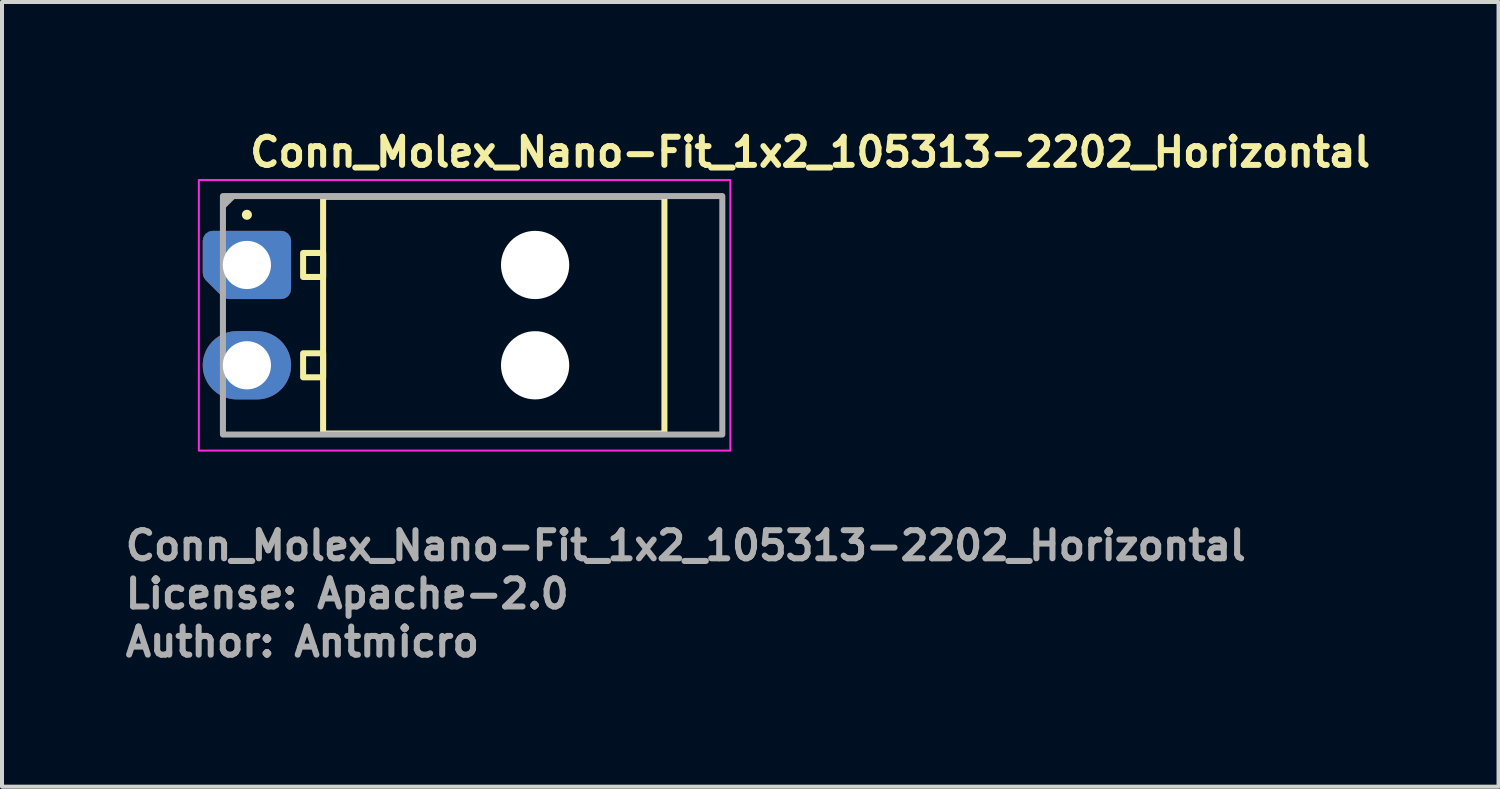
<source format=kicad_pcb>
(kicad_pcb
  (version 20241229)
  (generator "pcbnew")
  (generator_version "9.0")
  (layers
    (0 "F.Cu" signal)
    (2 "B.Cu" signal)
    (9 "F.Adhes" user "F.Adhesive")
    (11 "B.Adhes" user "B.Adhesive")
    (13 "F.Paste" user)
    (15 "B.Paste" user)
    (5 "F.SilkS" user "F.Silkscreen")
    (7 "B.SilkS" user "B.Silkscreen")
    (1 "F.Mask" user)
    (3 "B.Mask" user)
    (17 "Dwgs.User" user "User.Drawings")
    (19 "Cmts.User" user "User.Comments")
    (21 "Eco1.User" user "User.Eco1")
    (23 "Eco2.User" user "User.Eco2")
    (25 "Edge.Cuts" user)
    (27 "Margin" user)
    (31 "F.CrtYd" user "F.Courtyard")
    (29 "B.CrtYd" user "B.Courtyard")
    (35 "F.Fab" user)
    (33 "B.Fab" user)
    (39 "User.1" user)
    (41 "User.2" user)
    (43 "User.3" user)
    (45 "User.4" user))
  (footprint "Conn_Molex_Nano-Fit_1x2_105313-2202_Horizontal"
    (layer "F.Cu")
    (at 3.1 3.55)
    (property "Reference" "Conn_Molex_Nano-Fit_1x2_105313-2202_Horizontal" (at 0 -2.4 0) (layer "F.SilkS") (effects (font (size 0.7 0.7) (thickness 0.15)) (justify left bottom)))
    (attr through_hole)
    (fp_rect (start 1.4 -0.299) (end 1.899 0.299) (stroke (width 0.15) (type solid)) (fill no) (layer "F.SilkS"))
    (fp_rect (start 1.4 2.2) (end 1.899 2.798) (stroke (width 0.15) (type solid)) (fill no) (layer "F.SilkS"))
    (fp_rect (start 10.4 -1.7) (end 1.898 4.2) (stroke (width 0.15) (type solid)) (fill no) (layer "F.SilkS"))
    (fp_circle (center 0 -1.25) (end 0.05 -1.25) (stroke (width 0.15) (type solid)) (fill yes) (layer "F.SilkS"))
    (fp_rect (start -1.197 -2.116) (end 12.042 4.624) (stroke (width 0.05) (type solid)) (fill no) (layer "F.CrtYd"))
    (fp_line (start -0.35 -1.71) (end -0.595 -1.465) (stroke (width 0.15) (type solid)) (layer "F.Fab"))
    (fp_rect (start -0.597 -1.716) (end 11.842 4.224) (stroke (width 0.15) (type solid)) (fill no) (layer "F.Fab"))
    (fp_rect (start -0.597 -1.716) (end 11.842 4.224) (stroke (width 0.1) (type solid)) (fill no) (layer "User.5"))
    (fp_line (start -0.597 0.005) (end -0.597 0.005) (stroke (width 0.02) (type solid)) (layer "User.9"))
    (fp_line (start -0.597 0.005) (end -0.596 -0.027) (stroke (width 0.02) (type solid)) (layer "User.9"))
    (fp_line (start -0.597 2.504) (end -0.596 2.466) (stroke (width 0.02) (type solid)) (layer "User.9"))
    (fp_line (start -0.596 -0.027) (end -0.594 -0.058) (stroke (width 0.02) (type solid)) (layer "User.9"))
    (fp_line (start -0.596 0.035) (end -0.597 0.005) (stroke (width 0.02) (type solid)) (layer "User.9"))
    (fp_line (start -0.596 2.466) (end -0.592 2.426) (stroke (width 0.02) (type solid)) (layer "User.9"))
    (fp_line (start -0.596 2.543) (end -0.597 2.504) (stroke (width 0.02) (type solid)) (layer "User.9"))
    (fp_line (start -0.594 -0.058) (end -0.59 -0.088) (stroke (width 0.02) (type solid)) (layer "User.9"))
    (fp_line (start -0.594 0.066) (end -0.596 0.035) (stroke (width 0.02) (type solid)) (layer "User.9"))
    (fp_line (start -0.592 2.426) (end -0.586 2.389) (stroke (width 0.02) (type solid)) (layer "User.9"))
    (fp_line (start -0.592 2.581) (end -0.596 2.543) (stroke (width 0.02) (type solid)) (layer "User.9"))
    (fp_line (start -0.59 -0.088) (end -0.585 -0.117) (stroke (width 0.02) (type solid)) (layer "User.9"))
    (fp_line (start -0.59 0.096) (end -0.594 0.066) (stroke (width 0.02) (type solid)) (layer "User.9"))
    (fp_line (start -0.586 2.389) (end -0.577 2.35) (stroke (width 0.02) (type solid)) (layer "User.9"))
    (fp_line (start -0.586 2.62) (end -0.592 2.581) (stroke (width 0.02) (type solid)) (layer "User.9"))
    (fp_line (start -0.585 -0.117) (end -0.578 -0.145) (stroke (width 0.02) (type solid)) (layer "User.9"))
    (fp_line (start -0.585 0.124) (end -0.59 0.096) (stroke (width 0.02) (type solid)) (layer "User.9"))
    (fp_line (start -0.578 -0.145) (end -0.571 -0.175) (stroke (width 0.02) (type solid)) (layer "User.9"))
    (fp_line (start -0.578 0.153) (end -0.585 0.124) (stroke (width 0.02) (type solid)) (layer "User.9"))
    (fp_line (start -0.577 2.35) (end -0.567 2.313) (stroke (width 0.02) (type solid)) (layer "User.9"))
    (fp_line (start -0.577 2.659) (end -0.586 2.62) (stroke (width 0.02) (type solid)) (layer "User.9"))
    (fp_line (start -0.571 -0.175) (end -0.562 -0.203) (stroke (width 0.02) (type solid)) (layer "User.9"))
    (fp_line (start -0.571 0.182) (end -0.578 0.153) (stroke (width 0.02) (type solid)) (layer "User.9"))
    (fp_line (start -0.567 2.313) (end -0.553 2.276) (stroke (width 0.02) (type solid)) (layer "User.9"))
    (fp_line (start -0.567 2.696) (end -0.577 2.659) (stroke (width 0.02) (type solid)) (layer "User.9"))
    (fp_line (start -0.562 -0.203) (end -0.551 -0.23) (stroke (width 0.02) (type solid)) (layer "User.9"))
    (fp_line (start -0.562 0.21) (end -0.571 0.182) (stroke (width 0.02) (type solid)) (layer "User.9"))
    (fp_line (start -0.553 2.276) (end -0.537 2.24) (stroke (width 0.02) (type solid)) (layer "User.9"))
    (fp_line (start -0.553 2.733) (end -0.567 2.696) (stroke (width 0.02) (type solid)) (layer "User.9"))
    (fp_line (start -0.551 -0.23) (end -0.539 -0.255) (stroke (width 0.02) (type solid)) (layer "User.9"))
    (fp_line (start -0.551 0.238) (end -0.562 0.21) (stroke (width 0.02) (type solid)) (layer "User.9"))
    (fp_line (start -0.539 -0.255) (end -0.526 -0.282) (stroke (width 0.02) (type solid)) (layer "User.9"))
    (fp_line (start -0.539 0.265) (end -0.551 0.238) (stroke (width 0.02) (type solid)) (layer "User.9"))
    (fp_line (start -0.537 2.24) (end -0.518 2.205) (stroke (width 0.02) (type solid)) (layer "User.9"))
    (fp_line (start -0.537 2.769) (end -0.553 2.733) (stroke (width 0.02) (type solid)) (layer "User.9"))
    (fp_line (start -0.526 -0.282) (end -0.51 -0.306) (stroke (width 0.02) (type solid)) (layer "User.9"))
    (fp_line (start -0.526 0.29) (end -0.539 0.265) (stroke (width 0.02) (type solid)) (layer "User.9"))
    (fp_line (start -0.518 2.205) (end -0.518 2.205) (stroke (width 0.02) (type solid)) (layer "User.9"))
    (fp_line (start -0.518 2.205) (end -0.507 2.186) (stroke (width 0.02) (type solid)) (layer "User.9"))
    (fp_line (start -0.518 2.805) (end -0.537 2.769) (stroke (width 0.02) (type solid)) (layer "User.9"))
    (fp_line (start -0.518 2.805) (end -0.518 2.805) (stroke (width 0.02) (type solid)) (layer "User.9"))
    (fp_line (start -0.51 -0.306) (end -0.495 -0.332) (stroke (width 0.02) (type solid)) (layer "User.9"))
    (fp_line (start -0.51 0.315) (end -0.526 0.29) (stroke (width 0.02) (type solid)) (layer "User.9"))
    (fp_line (start -0.507 2.186) (end -0.496 2.171) (stroke (width 0.02) (type solid)) (layer "User.9"))
    (fp_line (start -0.496 2.171) (end -0.484 2.153) (stroke (width 0.02) (type solid)) (layer "User.9"))
    (fp_line (start -0.496 2.838) (end -0.518 2.805) (stroke (width 0.02) (type solid)) (layer "User.9"))
    (fp_line (start -0.495 -0.332) (end -0.479 -0.354) (stroke (width 0.02) (type solid)) (layer "User.9"))
    (fp_line (start -0.495 0.34) (end -0.51 0.315) (stroke (width 0.02) (type solid)) (layer "User.9"))
    (fp_line (start -0.484 2.153) (end -0.474 2.137) (stroke (width 0.02) (type solid)) (layer "User.9"))
    (fp_line (start -0.479 -0.354) (end -0.461 -0.377) (stroke (width 0.02) (type solid)) (layer "User.9"))
    (fp_line (start -0.479 0.362) (end -0.495 0.34) (stroke (width 0.02) (type solid)) (layer "User.9"))
    (fp_line (start -0.474 2.137) (end -0.461 2.123) (stroke (width 0.02) (type solid)) (layer "User.9"))
    (fp_line (start -0.474 2.87) (end -0.496 2.838) (stroke (width 0.02) (type solid)) (layer "User.9"))
    (fp_line (start -0.461 -0.377) (end -0.441 -0.4) (stroke (width 0.02) (type solid)) (layer "User.9"))
    (fp_line (start -0.461 0.386) (end -0.479 0.362) (stroke (width 0.02) (type solid)) (layer "User.9"))
    (fp_line (start -0.461 2.123) (end -0.448 2.108) (stroke (width 0.02) (type solid)) (layer "User.9"))
    (fp_line (start -0.448 2.108) (end -0.434 2.092) (stroke (width 0.02) (type solid)) (layer "User.9"))
    (fp_line (start -0.448 2.901) (end -0.474 2.87) (stroke (width 0.02) (type solid)) (layer "User.9"))
    (fp_line (start -0.441 -0.4) (end -0.421 -0.42) (stroke (width 0.02) (type solid)) (layer "User.9"))
    (fp_line (start -0.441 0.408) (end -0.461 0.386) (stroke (width 0.02) (type solid)) (layer "User.9"))
    (fp_line (start -0.434 2.092) (end -0.421 2.079) (stroke (width 0.02) (type solid)) (layer "User.9"))
    (fp_line (start -0.421 -0.42) (end -0.402 -0.439) (stroke (width 0.02) (type solid)) (layer "User.9"))
    (fp_line (start -0.421 0.428) (end -0.441 0.408) (stroke (width 0.02) (type solid)) (layer "User.9"))
    (fp_line (start -0.421 2.079) (end -0.408 2.065) (stroke (width 0.02) (type solid)) (layer "User.9"))
    (fp_line (start -0.421 2.93) (end -0.448 2.901) (stroke (width 0.02) (type solid)) (layer "User.9"))
    (fp_line (start -0.408 2.065) (end -0.393 2.052) (stroke (width 0.02) (type solid)) (layer "User.9"))
    (fp_line (start -0.402 -0.439) (end -0.379 -0.459) (stroke (width 0.02) (type solid)) (layer "User.9"))
    (fp_line (start -0.402 0.449) (end -0.421 0.428) (stroke (width 0.02) (type solid)) (layer "User.9"))
    (fp_line (start -0.393 2.052) (end -0.377 2.039) (stroke (width 0.02) (type solid)) (layer "User.9"))
    (fp_line (start -0.393 2.955) (end -0.421 2.93) (stroke (width 0.02) (type solid)) (layer "User.9"))
    (fp_line (start -0.379 -0.459) (end -0.356 -0.477) (stroke (width 0.02) (type solid)) (layer "User.9"))
    (fp_line (start -0.379 0.467) (end -0.402 0.449) (stroke (width 0.02) (type solid)) (layer "User.9"))
    (fp_line (start -0.377 2.039) (end -0.362 2.027) (stroke (width 0.02) (type solid)) (layer "User.9"))
    (fp_line (start -0.362 2.027) (end -0.347 2.015) (stroke (width 0.02) (type solid)) (layer "User.9"))
    (fp_line (start -0.362 2.98) (end -0.393 2.955) (stroke (width 0.02) (type solid)) (layer "User.9"))
    (fp_line (start -0.356 -0.477) (end -0.334 -0.493) (stroke (width 0.02) (type solid)) (layer "User.9"))
    (fp_line (start -0.356 0.484) (end -0.379 0.467) (stroke (width 0.02) (type solid)) (layer "User.9"))
    (fp_line (start -0.347 2.015) (end -0.331 2.004) (stroke (width 0.02) (type solid)) (layer "User.9"))
    (fp_line (start -0.334 -0.493) (end -0.308 -0.508) (stroke (width 0.02) (type solid)) (layer "User.9"))
    (fp_line (start -0.334 0.501) (end -0.356 0.484) (stroke (width 0.02) (type solid)) (layer "User.9"))
    (fp_line (start -0.331 2.004) (end -0.314 1.995) (stroke (width 0.02) (type solid)) (layer "User.9"))
    (fp_line (start -0.331 3.003) (end -0.362 2.98) (stroke (width 0.02) (type solid)) (layer "User.9"))
    (fp_line (start -0.315 -0.313) (end -0.309 -0.313) (stroke (width 0.02) (type solid)) (layer "User.9"))
    (fp_line (start -0.315 0.322) (end -0.315 -0.313) (stroke (width 0.02) (type solid)) (layer "User.9"))
    (fp_line (start -0.315 0.322) (end -0.309 0.322) (stroke (width 0.02) (type solid)) (layer "User.9"))
    (fp_line (start -0.315 2.186) (end -0.309 2.186) (stroke (width 0.02) (type solid)) (layer "User.9"))
    (fp_line (start -0.315 2.822) (end -0.315 2.186) (stroke (width 0.02) (type solid)) (layer "User.9"))
    (fp_line (start -0.315 2.822) (end -0.309 2.822) (stroke (width 0.02) (type solid)) (layer "User.9"))
    (fp_line (start -0.314 1.995) (end -0.297 1.985) (stroke (width 0.02) (type solid)) (layer "User.9"))
    (fp_line (start -0.309 -0.313) (end -0.309 -0.313) (stroke (width 0.02) (type solid)) (layer "User.9"))
    (fp_line (start -0.309 -0.313) (end -0.291 -0.313) (stroke (width 0.02) (type solid)) (layer "User.9"))
    (fp_line (start -0.309 0.322) (end -0.309 0.322) (stroke (width 0.02) (type solid)) (layer "User.9"))
    (fp_line (start -0.309 0.322) (end -0.291 0.322) (stroke (width 0.02) (type solid)) (layer "User.9"))
    (fp_line (start -0.309 2.186) (end -0.309 2.186) (stroke (width 0.02) (type solid)) (layer "User.9"))
    (fp_line (start -0.309 2.186) (end -0.291 2.186) (stroke (width 0.02) (type solid)) (layer "User.9"))
    (fp_line (start -0.309 2.822) (end -0.309 2.822) (stroke (width 0.02) (type solid)) (layer "User.9"))
    (fp_line (start -0.309 2.822) (end -0.291 2.822) (stroke (width 0.02) (type solid)) (layer "User.9"))
    (fp_line (start -0.308 -0.508) (end -0.284 -0.524) (stroke (width 0.02) (type solid)) (layer "User.9"))
    (fp_line (start -0.308 0.518) (end -0.334 0.501) (stroke (width 0.02) (type solid)) (layer "User.9"))
    (fp_line (start -0.297 1.985) (end -0.281 1.975) (stroke (width 0.02) (type solid)) (layer "User.9"))
    (fp_line (start -0.297 3.023) (end -0.331 3.003) (stroke (width 0.02) (type solid)) (layer "User.9"))
    (fp_line (start -0.291 -0.313) (end -0.291 -0.313) (stroke (width 0.02) (type solid)) (layer "User.9"))
    (fp_line (start -0.291 -0.313) (end -0.263 -0.313) (stroke (width 0.02) (type solid)) (layer "User.9"))
    (fp_line (start -0.291 0.322) (end -0.291 0.322) (stroke (width 0.02) (type solid)) (layer "User.9"))
    (fp_line (start -0.291 0.322) (end -0.263 0.322) (stroke (width 0.02) (type solid)) (layer "User.9"))
    (fp_line (start -0.291 2.186) (end -0.291 2.186) (stroke (width 0.02) (type solid)) (layer "User.9"))
    (fp_line (start -0.291 2.186) (end -0.263 2.186) (stroke (width 0.02) (type solid)) (layer "User.9"))
    (fp_line (start -0.291 2.822) (end -0.291 2.822) (stroke (width 0.02) (type solid)) (layer "User.9"))
    (fp_line (start -0.291 2.822) (end -0.263 2.822) (stroke (width 0.02) (type solid)) (layer "User.9"))
    (fp_line (start -0.284 -0.524) (end -0.258 -0.537) (stroke (width 0.02) (type solid)) (layer "User.9"))
    (fp_line (start -0.284 0.532) (end -0.308 0.518) (stroke (width 0.02) (type solid)) (layer "User.9"))
    (fp_line (start -0.281 1.975) (end -0.264 1.967) (stroke (width 0.02) (type solid)) (layer "User.9"))
    (fp_line (start -0.264 1.967) (end -0.246 1.957) (stroke (width 0.02) (type solid)) (layer "User.9"))
    (fp_line (start -0.264 3.043) (end -0.297 3.023) (stroke (width 0.02) (type solid)) (layer "User.9"))
    (fp_line (start -0.263 -0.313) (end -0.263 -0.313) (stroke (width 0.02) (type solid)) (layer "User.9"))
    (fp_line (start -0.263 -0.313) (end -0.222 -0.313) (stroke (width 0.02) (type solid)) (layer "User.9"))
    (fp_line (start -0.263 0.322) (end -0.263 0.322) (stroke (width 0.02) (type solid)) (layer "User.9"))
    (fp_line (start -0.263 0.322) (end -0.222 0.322) (stroke (width 0.02) (type solid)) (layer "User.9"))
    (fp_line (start -0.263 2.186) (end -0.263 2.186) (stroke (width 0.02) (type solid)) (layer "User.9"))
    (fp_line (start -0.263 2.186) (end -0.222 2.186) (stroke (width 0.02) (type solid)) (layer "User.9"))
    (fp_line (start -0.263 2.822) (end -0.263 2.822) (stroke (width 0.02) (type solid)) (layer "User.9"))
    (fp_line (start -0.263 2.822) (end -0.222 2.822) (stroke (width 0.02) (type solid)) (layer "User.9"))
    (fp_line (start -0.258 -0.537) (end -0.232 -0.549) (stroke (width 0.02) (type solid)) (layer "User.9"))
    (fp_line (start -0.258 0.545) (end -0.284 0.532) (stroke (width 0.02) (type solid)) (layer "User.9"))
    (fp_line (start -0.246 1.957) (end -0.229 1.951) (stroke (width 0.02) (type solid)) (layer "User.9"))
    (fp_line (start -0.232 -0.549) (end -0.205 -0.56) (stroke (width 0.02) (type solid)) (layer "User.9"))
    (fp_line (start -0.232 0.557) (end -0.258 0.545) (stroke (width 0.02) (type solid)) (layer "User.9"))
    (fp_line (start -0.229 1.951) (end -0.21 1.943) (stroke (width 0.02) (type solid)) (layer "User.9"))
    (fp_line (start -0.229 3.059) (end -0.264 3.043) (stroke (width 0.02) (type solid)) (layer "User.9"))
    (fp_line (start -0.222 -0.313) (end -0.222 -0.313) (stroke (width 0.02) (type solid)) (layer "User.9"))
    (fp_line (start -0.222 -0.313) (end -0.173 -0.313) (stroke (width 0.02) (type solid)) (layer "User.9"))
    (fp_line (start -0.222 0.322) (end -0.222 0.322) (stroke (width 0.02) (type solid)) (layer "User.9"))
    (fp_line (start -0.222 0.322) (end -0.173 0.322) (stroke (width 0.02) (type solid)) (layer "User.9"))
    (fp_line (start -0.222 2.186) (end -0.222 2.186) (stroke (width 0.02) (type solid)) (layer "User.9"))
    (fp_line (start -0.222 2.186) (end -0.173 2.186) (stroke (width 0.02) (type solid)) (layer "User.9"))
    (fp_line (start -0.222 2.822) (end -0.222 2.822) (stroke (width 0.02) (type solid)) (layer "User.9"))
    (fp_line (start -0.222 2.822) (end -0.173 2.822) (stroke (width 0.02) (type solid)) (layer "User.9"))
    (fp_line (start -0.21 1.943) (end -0.191 1.937) (stroke (width 0.02) (type solid)) (layer "User.9"))
    (fp_line (start -0.205 -0.56) (end -0.176 -0.569) (stroke (width 0.02) (type solid)) (layer "User.9"))
    (fp_line (start -0.205 0.568) (end -0.232 0.557) (stroke (width 0.02) (type solid)) (layer "User.9"))
    (fp_line (start -0.191 1.937) (end -0.174 1.931) (stroke (width 0.02) (type solid)) (layer "User.9"))
    (fp_line (start -0.191 3.072) (end -0.229 3.059) (stroke (width 0.02) (type solid)) (layer "User.9"))
    (fp_line (start -0.176 -0.569) (end -0.147 -0.577) (stroke (width 0.02) (type solid)) (layer "User.9"))
    (fp_line (start -0.176 0.577) (end -0.205 0.568) (stroke (width 0.02) (type solid)) (layer "User.9"))
    (fp_line (start -0.174 1.931) (end -0.154 1.925) (stroke (width 0.02) (type solid)) (layer "User.9"))
    (fp_line (start -0.173 -0.313) (end -0.173 -0.313) (stroke (width 0.02) (type solid)) (layer "User.9"))
    (fp_line (start -0.173 -0.313) (end -0.111 -0.313) (stroke (width 0.02) (type solid)) (layer "User.9"))
    (fp_line (start -0.173 0.322) (end -0.173 0.322) (stroke (width 0.02) (type solid)) (layer "User.9"))
    (fp_line (start -0.173 0.322) (end -0.111 0.322) (stroke (width 0.02) (type solid)) (layer "User.9"))
    (fp_line (start -0.173 2.186) (end -0.173 2.186) (stroke (width 0.02) (type solid)) (layer "User.9"))
    (fp_line (start -0.173 2.186) (end -0.111 2.186) (stroke (width 0.02) (type solid)) (layer "User.9"))
    (fp_line (start -0.173 2.822) (end -0.173 2.822) (stroke (width 0.02) (type solid)) (layer "User.9"))
    (fp_line (start -0.173 2.822) (end -0.111 2.822) (stroke (width 0.02) (type solid)) (layer "User.9"))
    (fp_line (start -0.154 1.925) (end -0.136 1.921) (stroke (width 0.02) (type solid)) (layer "User.9"))
    (fp_line (start -0.154 3.084) (end -0.191 3.072) (stroke (width 0.02) (type solid)) (layer "User.9"))
    (fp_line (start -0.147 -0.577) (end -0.119 -0.583) (stroke (width 0.02) (type solid)) (layer "User.9"))
    (fp_line (start -0.147 0.585) (end -0.176 0.577) (stroke (width 0.02) (type solid)) (layer "User.9"))
    (fp_line (start -0.136 1.921) (end -0.117 1.916) (stroke (width 0.02) (type solid)) (layer "User.9"))
    (fp_line (start -0.119 -0.583) (end -0.089 -0.588) (stroke (width 0.02) (type solid)) (layer "User.9"))
    (fp_line (start -0.119 0.591) (end -0.147 0.585) (stroke (width 0.02) (type solid)) (layer "User.9"))
    (fp_line (start -0.117 1.916) (end -0.096 1.912) (stroke (width 0.02) (type solid)) (layer "User.9"))
    (fp_line (start -0.117 3.092) (end -0.154 3.084) (stroke (width 0.02) (type solid)) (layer "User.9"))
    (fp_line (start -0.111 -0.313) (end -0.111 -0.313) (stroke (width 0.02) (type solid)) (layer "User.9"))
    (fp_line (start -0.111 -0.313) (end -0.042 -0.313) (stroke (width 0.02) (type solid)) (layer "User.9"))
    (fp_line (start -0.111 0.322) (end -0.111 0.322) (stroke (width 0.02) (type solid)) (layer "User.9"))
    (fp_line (start -0.111 0.322) (end -0.042 0.322) (stroke (width 0.02) (type solid)) (layer "User.9"))
    (fp_line (start -0.111 2.186) (end -0.111 2.186) (stroke (width 0.02) (type solid)) (layer "User.9"))
    (fp_line (start -0.111 2.186) (end -0.042 2.186) (stroke (width 0.02) (type solid)) (layer "User.9"))
    (fp_line (start -0.111 2.822) (end -0.111 2.822) (stroke (width 0.02) (type solid)) (layer "User.9"))
    (fp_line (start -0.111 2.822) (end -0.042 2.822) (stroke (width 0.02) (type solid)) (layer "User.9"))
    (fp_line (start -0.096 1.912) (end -0.077 1.91) (stroke (width 0.02) (type solid)) (layer "User.9"))
    (fp_line (start -0.089 -0.588) (end -0.06 -0.592) (stroke (width 0.02) (type solid)) (layer "User.9"))
    (fp_line (start -0.089 0.597) (end -0.119 0.591) (stroke (width 0.02) (type solid)) (layer "User.9"))
    (fp_line (start -0.077 1.91) (end -0.058 1.908) (stroke (width 0.02) (type solid)) (layer "User.9"))
    (fp_line (start -0.077 3.099) (end -0.117 3.092) (stroke (width 0.02) (type solid)) (layer "User.9"))
    (fp_line (start -0.06 -0.592) (end -0.028 -0.595) (stroke (width 0.02) (type solid)) (layer "User.9"))
    (fp_line (start -0.06 0.6) (end -0.089 0.597) (stroke (width 0.02) (type solid)) (layer "User.9"))
    (fp_line (start -0.058 1.908) (end -0.037 1.906) (stroke (width 0.02) (type solid)) (layer "User.9"))
    (fp_line (start -0.042 -0.313) (end -0.042 -0.313) (stroke (width 0.02) (type solid)) (layer "User.9"))
    (fp_line (start -0.042 -0.313) (end 0.619 -0.313) (stroke (width 0.02) (type solid)) (layer "User.9"))
    (fp_line (start -0.042 0.322) (end -0.042 0.322) (stroke (width 0.02) (type solid)) (layer "User.9"))
    (fp_line (start -0.042 0.322) (end 0.619 0.322) (stroke (width 0.02) (type solid)) (layer "User.9"))
    (fp_line (start -0.042 2.186) (end -0.042 2.186) (stroke (width 0.02) (type solid)) (layer "User.9"))
    (fp_line (start -0.042 2.186) (end 0.619 2.186) (stroke (width 0.02) (type solid)) (layer "User.9"))
    (fp_line (start -0.042 2.822) (end -0.042 2.822) (stroke (width 0.02) (type solid)) (layer "User.9"))
    (fp_line (start -0.042 2.822) (end 0.619 2.822) (stroke (width 0.02) (type solid)) (layer "User.9"))
    (fp_line (start -0.037 1.906) (end -0.018 1.904) (stroke (width 0.02) (type solid)) (layer "User.9"))
    (fp_line (start -0.037 3.103) (end -0.077 3.099) (stroke (width 0.02) (type solid)) (layer "User.9"))
    (fp_line (start -0.028 -0.595) (end 0.003 -0.595) (stroke (width 0.02) (type solid)) (layer "User.9"))
    (fp_line (start -0.028 0.603) (end -0.06 0.6) (stroke (width 0.02) (type solid)) (layer "User.9"))
    (fp_line (start -0.018 1.904) (end 0.003 1.904) (stroke (width 0.02) (type solid)) (layer "User.9"))
    (fp_line (start 0.003 -0.595) (end 0.041 -0.594) (stroke (width 0.02) (type solid)) (layer "User.9"))
    (fp_line (start 0.003 0.604) (end -0.028 0.603) (stroke (width 0.02) (type solid)) (layer "User.9"))
    (fp_line (start 0.003 1.904) (end 0.041 1.906) (stroke (width 0.02) (type solid)) (layer "User.9"))
    (fp_line (start 0.003 3.104) (end -0.037 3.103) (stroke (width 0.02) (type solid)) (layer "User.9"))
    (fp_line (start 0.021 0.603) (end 0.003 0.604) (stroke (width 0.02) (type solid)) (layer "User.9"))
    (fp_line (start 0.021 3.104) (end 0.003 3.104) (stroke (width 0.02) (type solid)) (layer "User.9"))
    (fp_line (start 0.041 -0.594) (end 0.08 -0.59) (stroke (width 0.02) (type solid)) (layer "User.9"))
    (fp_line (start 0.041 0.602) (end 0.021 0.603) (stroke (width 0.02) (type solid)) (layer "User.9"))
    (fp_line (start 0.041 1.906) (end 0.08 1.908) (stroke (width 0.02) (type solid)) (layer "User.9"))
    (fp_line (start 0.041 3.103) (end 0.021 3.104) (stroke (width 0.02) (type solid)) (layer "User.9"))
    (fp_line (start 0.059 0.601) (end 0.041 0.602) (stroke (width 0.02) (type solid)) (layer "User.9"))
    (fp_line (start 0.059 3.101) (end 0.041 3.103) (stroke (width 0.02) (type solid)) (layer "User.9"))
    (fp_line (start 0.08 -0.59) (end 0.117 -0.584) (stroke (width 0.02) (type solid)) (layer "User.9"))
    (fp_line (start 0.08 0.599) (end 0.059 0.601) (stroke (width 0.02) (type solid)) (layer "User.9"))
    (fp_line (start 0.08 1.908) (end 0.117 1.916) (stroke (width 0.02) (type solid)) (layer "User.9"))
    (fp_line (start 0.08 3.1) (end 0.059 3.101) (stroke (width 0.02) (type solid)) (layer "User.9"))
    (fp_line (start 0.098 0.596) (end 0.08 0.599) (stroke (width 0.02) (type solid)) (layer "User.9"))
    (fp_line (start 0.098 3.096) (end 0.08 3.1) (stroke (width 0.02) (type solid)) (layer "User.9"))
    (fp_line (start 0.117 -0.584) (end 0.153 -0.577) (stroke (width 0.02) (type solid)) (layer "User.9"))
    (fp_line (start 0.117 0.593) (end 0.098 0.596) (stroke (width 0.02) (type solid)) (layer "User.9"))
    (fp_line (start 0.117 1.916) (end 0.153 1.923) (stroke (width 0.02) (type solid)) (layer "User.9"))
    (fp_line (start 0.117 3.093) (end 0.098 3.096) (stroke (width 0.02) (type solid)) (layer "User.9"))
    (fp_line (start 0.153 -0.577) (end 0.189 -0.566) (stroke (width 0.02) (type solid)) (layer "User.9"))
    (fp_line (start 0.153 0.584) (end 0.117 0.593) (stroke (width 0.02) (type solid)) (layer "User.9"))
    (fp_line (start 0.153 1.923) (end 0.189 1.935) (stroke (width 0.02) (type solid)) (layer "User.9"))
    (fp_line (start 0.153 3.084) (end 0.117 3.093) (stroke (width 0.02) (type solid)) (layer "User.9"))
    (fp_line (start 0.189 -0.566) (end 0.226 -0.553) (stroke (width 0.02) (type solid)) (layer "User.9"))
    (fp_line (start 0.189 0.574) (end 0.153 0.584) (stroke (width 0.02) (type solid)) (layer "User.9"))
    (fp_line (start 0.189 1.935) (end 0.226 1.947) (stroke (width 0.02) (type solid)) (layer "User.9"))
    (fp_line (start 0.189 3.073) (end 0.153 3.084) (stroke (width 0.02) (type solid)) (layer "User.9"))
    (fp_line (start 0.226 -0.553) (end 0.26 -0.538) (stroke (width 0.02) (type solid)) (layer "User.9"))
    (fp_line (start 0.226 0.562) (end 0.189 0.574) (stroke (width 0.02) (type solid)) (layer "User.9"))
    (fp_line (start 0.226 1.947) (end 0.26 1.963) (stroke (width 0.02) (type solid)) (layer "User.9"))
    (fp_line (start 0.226 3.062) (end 0.189 3.073) (stroke (width 0.02) (type solid)) (layer "User.9"))
    (fp_line (start 0.26 -0.538) (end 0.293 -0.521) (stroke (width 0.02) (type solid)) (layer "User.9"))
    (fp_line (start 0.26 0.546) (end 0.226 0.562) (stroke (width 0.02) (type solid)) (layer "User.9"))
    (fp_line (start 0.26 1.963) (end 0.293 1.979) (stroke (width 0.02) (type solid)) (layer "User.9"))
    (fp_line (start 0.26 3.046) (end 0.226 3.062) (stroke (width 0.02) (type solid)) (layer "User.9"))
    (fp_line (start 0.293 -0.521) (end 0.326 -0.501) (stroke (width 0.02) (type solid)) (layer "User.9"))
    (fp_line (start 0.293 0.529) (end 0.26 0.546) (stroke (width 0.02) (type solid)) (layer "User.9"))
    (fp_line (start 0.293 1.979) (end 0.326 1.999) (stroke (width 0.02) (type solid)) (layer "User.9"))
    (fp_line (start 0.293 3.028) (end 0.26 3.046) (stroke (width 0.02) (type solid)) (layer "User.9"))
    (fp_line (start 0.326 -0.501) (end 0.356 -0.48) (stroke (width 0.02) (type solid)) (layer "User.9"))
    (fp_line (start 0.326 0.509) (end 0.293 0.529) (stroke (width 0.02) (type solid)) (layer "User.9"))
    (fp_line (start 0.326 1.999) (end 0.356 2.019) (stroke (width 0.02) (type solid)) (layer "User.9"))
    (fp_line (start 0.326 3.01) (end 0.293 3.028) (stroke (width 0.02) (type solid)) (layer "User.9"))
    (fp_line (start 0.356 -0.48) (end 0.387 -0.457) (stroke (width 0.02) (type solid)) (layer "User.9"))
    (fp_line (start 0.356 0.488) (end 0.326 0.509) (stroke (width 0.02) (type solid)) (layer "User.9"))
    (fp_line (start 0.356 2.019) (end 0.387 2.043) (stroke (width 0.02) (type solid)) (layer "User.9"))
    (fp_line (start 0.356 2.988) (end 0.326 3.01) (stroke (width 0.02) (type solid)) (layer "User.9"))
    (fp_line (start 0.387 -0.457) (end 0.415 -0.431) (stroke (width 0.02) (type solid)) (layer "User.9"))
    (fp_line (start 0.387 0.465) (end 0.356 0.488) (stroke (width 0.02) (type solid)) (layer "User.9"))
    (fp_line (start 0.387 2.043) (end 0.415 2.068) (stroke (width 0.02) (type solid)) (layer "User.9"))
    (fp_line (start 0.387 2.964) (end 0.356 2.988) (stroke (width 0.02) (type solid)) (layer "User.9"))
    (fp_line (start 0.415 -0.431) (end 0.441 -0.405) (stroke (width 0.02) (type solid)) (layer "User.9"))
    (fp_line (start 0.415 0.439) (end 0.387 0.465) (stroke (width 0.02) (type solid)) (layer "User.9"))
    (fp_line (start 0.415 2.068) (end 0.441 2.096) (stroke (width 0.02) (type solid)) (layer "User.9"))
    (fp_line (start 0.415 2.939) (end 0.387 2.964) (stroke (width 0.02) (type solid)) (layer "User.9"))
    (fp_line (start 0.441 -0.405) (end 0.467 -0.376) (stroke (width 0.02) (type solid)) (layer "User.9"))
    (fp_line (start 0.441 0.413) (end 0.415 0.439) (stroke (width 0.02) (type solid)) (layer "User.9"))
    (fp_line (start 0.441 2.096) (end 0.467 2.124) (stroke (width 0.02) (type solid)) (layer "User.9"))
    (fp_line (start 0.441 2.913) (end 0.415 2.939) (stroke (width 0.02) (type solid)) (layer "User.9"))
    (fp_line (start 0.455 0.399) (end 0.441 0.413) (stroke (width 0.02) (type solid)) (layer "User.9"))
    (fp_line (start 0.455 2.898) (end 0.441 2.913) (stroke (width 0.02) (type solid)) (layer "User.9"))
    (fp_line (start 0.467 -0.376) (end 0.489 -0.346) (stroke (width 0.02) (type solid)) (layer "User.9"))
    (fp_line (start 0.467 0.385) (end 0.455 0.399) (stroke (width 0.02) (type solid)) (layer "User.9"))
    (fp_line (start 0.467 2.124) (end 0.489 2.155) (stroke (width 0.02) (type solid)) (layer "User.9"))
    (fp_line (start 0.467 2.885) (end 0.455 2.898) (stroke (width 0.02) (type solid)) (layer "User.9"))
    (fp_line (start 0.479 0.369) (end 0.467 0.385) (stroke (width 0.02) (type solid)) (layer "User.9"))
    (fp_line (start 0.479 2.87) (end 0.467 2.885) (stroke (width 0.02) (type solid)) (layer "User.9"))
    (fp_line (start 0.489 -0.346) (end 0.512 -0.313) (stroke (width 0.02) (type solid)) (layer "User.9"))
    (fp_line (start 0.489 0.353) (end 0.479 0.369) (stroke (width 0.02) (type solid)) (layer "User.9"))
    (fp_line (start 0.489 2.155) (end 0.512 2.186) (stroke (width 0.02) (type solid)) (layer "User.9"))
    (fp_line (start 0.489 2.854) (end 0.479 2.87) (stroke (width 0.02) (type solid)) (layer "User.9"))
    (fp_line (start 0.5 0.338) (end 0.489 0.353) (stroke (width 0.02) (type solid)) (layer "User.9"))
    (fp_line (start 0.5 2.838) (end 0.489 2.854) (stroke (width 0.02) (type solid)) (layer "User.9"))
    (fp_line (start 0.512 0.322) (end 0.5 0.338) (stroke (width 0.02) (type solid)) (layer "User.9"))
    (fp_line (start 0.512 2.822) (end 0.5 2.838) (stroke (width 0.02) (type solid)) (layer "User.9"))
    (fp_line (start 0.619 -0.313) (end 1.923 -0.313) (stroke (width 0.02) (type solid)) (layer "User.9"))
    (fp_line (start 0.619 0.322) (end 1.923 0.322) (stroke (width 0.02) (type solid)) (layer "User.9"))
    (fp_line (start 0.619 2.186) (end 1.923 2.186) (stroke (width 0.02) (type solid)) (layer "User.9"))
    (fp_line (start 0.619 2.822) (end 1.923 2.822) (stroke (width 0.02) (type solid)) (layer "User.9"))
    (fp_line (start 1.923 -1.716) (end 1.923 4.224) (stroke (width 0.02) (type solid)) (layer "User.9"))
    (fp_line (start 1.923 4.224) (end 10.383 4.224) (stroke (width 0.02) (type solid)) (layer "User.9"))
    (fp_line (start 5.382 -1.109) (end 5.382 -1.095) (stroke (width 0.02) (type solid)) (layer "User.9"))
    (fp_line (start 5.382 0.104) (end 5.382 -1.095) (stroke (width 0.02) (type solid)) (layer "User.9"))
    (fp_line (start 5.382 0.104) (end 5.382 2.405) (stroke (width 0.02) (type solid)) (layer "User.9"))
    (fp_line (start 5.382 0.104) (end 5.632 0.104) (stroke (width 0.02) (type solid)) (layer "User.9"))
    (fp_line (start 5.382 2.405) (end 5.632 2.405) (stroke (width 0.02) (type solid)) (layer "User.9"))
    (fp_line (start 5.382 3.604) (end 5.382 2.405) (stroke (width 0.02) (type solid)) (layer "User.9"))
    (fp_line (start 5.382 3.616) (end 5.382 3.604) (stroke (width 0.02) (type solid)) (layer "User.9"))
    (fp_line (start 5.382 3.616) (end 5.382 3.604) (stroke (width 0.02) (type solid)) (layer "User.9"))
    (fp_line (start 5.384 -1.133) (end 5.384 -1.121) (stroke (width 0.02) (type solid)) (layer "User.9"))
    (fp_line (start 5.384 -1.121) (end 5.382 -1.109) (stroke (width 0.02) (type solid)) (layer "User.9"))
    (fp_line (start 5.384 3.628) (end 5.382 3.616) (stroke (width 0.02) (type solid)) (layer "User.9"))
    (fp_line (start 5.384 3.628) (end 5.382 3.616) (stroke (width 0.02) (type solid)) (layer "User.9"))
    (fp_line (start 5.384 3.64) (end 5.384 3.628) (stroke (width 0.02) (type solid)) (layer "User.9"))
    (fp_line (start 5.384 3.64) (end 5.384 3.628) (stroke (width 0.02) (type solid)) (layer "User.9"))
    (fp_line (start 5.387 -1.145) (end 5.384 -1.133) (stroke (width 0.02) (type solid)) (layer "User.9"))
    (fp_line (start 5.387 3.653) (end 5.384 3.64) (stroke (width 0.02) (type solid)) (layer "User.9"))
    (fp_line (start 5.387 3.653) (end 5.384 3.64) (stroke (width 0.02) (type solid)) (layer "User.9"))
    (fp_line (start 5.389 -1.156) (end 5.387 -1.145) (stroke (width 0.02) (type solid)) (layer "User.9"))
    (fp_line (start 5.389 3.665) (end 5.387 3.653) (stroke (width 0.02) (type solid)) (layer "User.9"))
    (fp_line (start 5.389 3.665) (end 5.387 3.653) (stroke (width 0.02) (type solid)) (layer "User.9"))
    (fp_line (start 5.392 -1.168) (end 5.389 -1.156) (stroke (width 0.02) (type solid)) (layer "User.9"))
    (fp_line (start 5.392 3.676) (end 5.389 3.665) (stroke (width 0.02) (type solid)) (layer "User.9"))
    (fp_line (start 5.392 3.676) (end 5.389 3.665) (stroke (width 0.02) (type solid)) (layer "User.9"))
    (fp_line (start 5.397 -1.18) (end 5.392 -1.168) (stroke (width 0.02) (type solid)) (layer "User.9"))
    (fp_line (start 5.397 3.688) (end 5.392 3.676) (stroke (width 0.02) (type solid)) (layer "User.9"))
    (fp_line (start 5.397 3.688) (end 5.392 3.676) (stroke (width 0.02) (type solid)) (layer "User.9"))
    (fp_line (start 5.402 -1.192) (end 5.397 -1.18) (stroke (width 0.02) (type solid)) (layer "User.9"))
    (fp_line (start 5.402 3.7) (end 5.397 3.688) (stroke (width 0.02) (type solid)) (layer "User.9"))
    (fp_line (start 5.402 3.7) (end 5.397 3.688) (stroke (width 0.02) (type solid)) (layer "User.9"))
    (fp_line (start 5.406 -1.202) (end 5.402 -1.192) (stroke (width 0.02) (type solid)) (layer "User.9"))
    (fp_line (start 5.406 3.711) (end 5.402 3.7) (stroke (width 0.02) (type solid)) (layer "User.9"))
    (fp_line (start 5.406 3.711) (end 5.402 3.7) (stroke (width 0.02) (type solid)) (layer "User.9"))
    (fp_line (start 5.411 -1.214) (end 5.406 -1.202) (stroke (width 0.02) (type solid)) (layer "User.9"))
    (fp_line (start 5.411 3.721) (end 5.406 3.711) (stroke (width 0.02) (type solid)) (layer "User.9"))
    (fp_line (start 5.411 3.721) (end 5.406 3.711) (stroke (width 0.02) (type solid)) (layer "User.9"))
    (fp_line (start 5.418 -1.224) (end 5.411 -1.214) (stroke (width 0.02) (type solid)) (layer "User.9"))
    (fp_line (start 5.418 3.733) (end 5.411 3.721) (stroke (width 0.02) (type solid)) (layer "User.9"))
    (fp_line (start 5.418 3.733) (end 5.411 3.721) (stroke (width 0.02) (type solid)) (layer "User.9"))
    (fp_line (start 5.424 -1.234) (end 5.418 -1.224) (stroke (width 0.02) (type solid)) (layer "User.9"))
    (fp_line (start 5.424 3.742) (end 5.418 3.733) (stroke (width 0.02) (type solid)) (layer "User.9"))
    (fp_line (start 5.424 3.742) (end 5.418 3.733) (stroke (width 0.02) (type solid)) (layer "User.9"))
    (fp_line (start 5.432 -1.244) (end 5.424 -1.234) (stroke (width 0.02) (type solid)) (layer "User.9"))
    (fp_line (start 5.432 3.753) (end 5.424 3.742) (stroke (width 0.02) (type solid)) (layer "User.9"))
    (fp_line (start 5.432 3.753) (end 5.424 3.742) (stroke (width 0.02) (type solid)) (layer "User.9"))
    (fp_line (start 5.438 -1.254) (end 5.432 -1.244) (stroke (width 0.02) (type solid)) (layer "User.9"))
    (fp_line (start 5.438 3.762) (end 5.432 3.753) (stroke (width 0.02) (type solid)) (layer "User.9"))
    (fp_line (start 5.438 3.762) (end 5.432 3.753) (stroke (width 0.02) (type solid)) (layer "User.9"))
    (fp_line (start 5.446 -1.264) (end 5.438 -1.254) (stroke (width 0.02) (type solid)) (layer "User.9"))
    (fp_line (start 5.446 3.772) (end 5.438 3.762) (stroke (width 0.02) (type solid)) (layer "User.9"))
    (fp_line (start 5.446 3.772) (end 5.438 3.762) (stroke (width 0.02) (type solid)) (layer "User.9"))
    (fp_line (start 5.456 -1.272) (end 5.446 -1.264) (stroke (width 0.02) (type solid)) (layer "User.9"))
    (fp_line (start 5.456 -1.272) (end 5.456 -1.272) (stroke (width 0.02) (type solid)) (layer "User.9"))
    (fp_line (start 5.456 3.781) (end 5.446 3.772) (stroke (width 0.02) (type solid)) (layer "User.9"))
    (fp_line (start 5.456 3.781) (end 5.446 3.772) (stroke (width 0.02) (type solid)) (layer "User.9"))
    (fp_line (start 5.456 3.781) (end 5.456 3.781) (stroke (width 0.02) (type solid)) (layer "User.9"))
    (fp_line (start 5.456 3.781) (end 5.456 3.781) (stroke (width 0.02) (type solid)) (layer "User.9"))
    (fp_line (start 5.464 -1.281) (end 5.456 -1.272) (stroke (width 0.02) (type solid)) (layer "User.9"))
    (fp_line (start 5.464 3.789) (end 5.456 3.781) (stroke (width 0.02) (type solid)) (layer "User.9"))
    (fp_line (start 5.464 3.789) (end 5.456 3.781) (stroke (width 0.02) (type solid)) (layer "User.9"))
    (fp_line (start 5.474 -1.289) (end 5.464 -1.281) (stroke (width 0.02) (type solid)) (layer "User.9"))
    (fp_line (start 5.474 3.797) (end 5.464 3.789) (stroke (width 0.02) (type solid)) (layer "User.9"))
    (fp_line (start 5.474 3.797) (end 5.464 3.789) (stroke (width 0.02) (type solid)) (layer "User.9"))
    (fp_line (start 5.483 -1.297) (end 5.474 -1.289) (stroke (width 0.02) (type solid)) (layer "User.9"))
    (fp_line (start 5.483 3.805) (end 5.474 3.797) (stroke (width 0.02) (type solid)) (layer "User.9"))
    (fp_line (start 5.483 3.805) (end 5.474 3.797) (stroke (width 0.02) (type solid)) (layer "User.9"))
    (fp_line (start 5.493 -1.303) (end 5.483 -1.297) (stroke (width 0.02) (type solid)) (layer "User.9"))
    (fp_line (start 5.493 3.813) (end 5.483 3.805) (stroke (width 0.02) (type solid)) (layer "User.9"))
    (fp_line (start 5.493 3.813) (end 5.483 3.805) (stroke (width 0.02) (type solid)) (layer "User.9"))
    (fp_line (start 5.504 -1.311) (end 5.493 -1.303) (stroke (width 0.02) (type solid)) (layer "User.9"))
    (fp_line (start 5.504 3.818) (end 5.493 3.813) (stroke (width 0.02) (type solid)) (layer "User.9"))
    (fp_line (start 5.504 3.818) (end 5.493 3.813) (stroke (width 0.02) (type solid)) (layer "User.9"))
    (fp_line (start 5.514 -1.317) (end 5.504 -1.311) (stroke (width 0.02) (type solid)) (layer "User.9"))
    (fp_line (start 5.514 3.825) (end 5.504 3.818) (stroke (width 0.02) (type solid)) (layer "User.9"))
    (fp_line (start 5.514 3.825) (end 5.504 3.818) (stroke (width 0.02) (type solid)) (layer "User.9"))
    (fp_line (start 5.525 -1.321) (end 5.514 -1.317) (stroke (width 0.02) (type solid)) (layer "User.9"))
    (fp_line (start 5.525 3.83) (end 5.514 3.825) (stroke (width 0.02) (type solid)) (layer "User.9"))
    (fp_line (start 5.525 3.83) (end 5.514 3.825) (stroke (width 0.02) (type solid)) (layer "User.9"))
    (fp_line (start 5.536 -1.327) (end 5.525 -1.321) (stroke (width 0.02) (type solid)) (layer "User.9"))
    (fp_line (start 5.536 3.836) (end 5.525 3.83) (stroke (width 0.02) (type solid)) (layer "User.9"))
    (fp_line (start 5.536 3.836) (end 5.525 3.83) (stroke (width 0.02) (type solid)) (layer "User.9"))
    (fp_line (start 5.547 -1.331) (end 5.536 -1.327) (stroke (width 0.02) (type solid)) (layer "User.9"))
    (fp_line (start 5.547 3.839) (end 5.536 3.836) (stroke (width 0.02) (type solid)) (layer "User.9"))
    (fp_line (start 5.547 3.839) (end 5.536 3.836) (stroke (width 0.02) (type solid)) (layer "User.9"))
    (fp_line (start 5.56 -1.335) (end 5.547 -1.331) (stroke (width 0.02) (type solid)) (layer "User.9"))
    (fp_line (start 5.56 3.843) (end 5.547 3.839) (stroke (width 0.02) (type solid)) (layer "User.9"))
    (fp_line (start 5.56 3.843) (end 5.547 3.839) (stroke (width 0.02) (type solid)) (layer "User.9"))
    (fp_line (start 5.571 -1.339) (end 5.56 -1.335) (stroke (width 0.02) (type solid)) (layer "User.9"))
    (fp_line (start 5.571 3.846) (end 5.56 3.843) (stroke (width 0.02) (type solid)) (layer "User.9"))
    (fp_line (start 5.571 3.846) (end 5.56 3.843) (stroke (width 0.02) (type solid)) (layer "User.9"))
    (fp_line (start 5.584 -1.341) (end 5.571 -1.339) (stroke (width 0.02) (type solid)) (layer "User.9"))
    (fp_line (start 5.584 3.85) (end 5.571 3.846) (stroke (width 0.02) (type solid)) (layer "User.9"))
    (fp_line (start 5.584 3.85) (end 5.571 3.846) (stroke (width 0.02) (type solid)) (layer "User.9"))
    (fp_line (start 5.595 -1.343) (end 5.584 -1.341) (stroke (width 0.02) (type solid)) (layer "User.9"))
    (fp_line (start 5.595 3.851) (end 5.584 3.85) (stroke (width 0.02) (type solid)) (layer "User.9"))
    (fp_line (start 5.595 3.851) (end 5.584 3.85) (stroke (width 0.02) (type solid)) (layer "User.9"))
    (fp_line (start 5.608 -1.345) (end 5.595 -1.343) (stroke (width 0.02) (type solid)) (layer "User.9"))
    (fp_line (start 5.608 3.853) (end 5.595 3.851) (stroke (width 0.02) (type solid)) (layer "User.9"))
    (fp_line (start 5.608 3.853) (end 5.595 3.851) (stroke (width 0.02) (type solid)) (layer "User.9"))
    (fp_line (start 5.619 -1.345) (end 5.608 -1.345) (stroke (width 0.02) (type solid)) (layer "User.9"))
    (fp_line (start 5.619 3.854) (end 5.608 3.853) (stroke (width 0.02) (type solid)) (layer "User.9"))
    (fp_line (start 5.619 3.854) (end 5.608 3.853) (stroke (width 0.02) (type solid)) (layer "User.9"))
    (fp_line (start 5.632 -1.345) (end 5.619 -1.345) (stroke (width 0.02) (type solid)) (layer "User.9"))
    (fp_line (start 5.632 -1.345) (end 5.632 -1.095) (stroke (width 0.02) (type solid)) (layer "User.9"))
    (fp_line (start 5.632 -1.345) (end 11.842 -1.345) (stroke (width 0.02) (type solid)) (layer "User.9"))
    (fp_line (start 5.632 0.104) (end 10.243 0.104) (stroke (width 0.02) (type solid)) (layer "User.9"))
    (fp_line (start 5.632 2.405) (end 10.243 2.405) (stroke (width 0.02) (type solid)) (layer "User.9"))
    (fp_line (start 5.632 3.854) (end 5.619 3.854) (stroke (width 0.02) (type solid)) (layer "User.9"))
    (fp_line (start 5.632 3.854) (end 5.619 3.854) (stroke (width 0.02) (type solid)) (layer "User.9"))
    (fp_line (start 5.632 3.854) (end 5.632 3.604) (stroke (width 0.02) (type solid)) (layer "User.9"))
    (fp_line (start 5.842 0.104) (end 5.842 2.405) (stroke (width 0.02) (type solid)) (layer "User.9"))
    (fp_line (start 10.243 2.405) (end 10.258 2.403) (stroke (width 0.02) (type solid)) (layer "User.9"))
    (fp_line (start 10.258 0.104) (end 10.243 0.104) (stroke (width 0.02) (type solid)) (layer "User.9"))
    (fp_line (start 10.258 2.403) (end 10.272 2.402) (stroke (width 0.02) (type solid)) (layer "User.9"))
    (fp_line (start 10.272 0.105) (end 10.258 0.104) (stroke (width 0.02) (type solid)) (layer "User.9"))
    (fp_line (start 10.272 2.402) (end 10.287 2.401) (stroke (width 0.02) (type solid)) (layer "User.9"))
    (fp_line (start 10.287 0.107) (end 10.272 0.105) (stroke (width 0.02) (type solid)) (layer "User.9"))
    (fp_line (start 10.287 2.401) (end 10.3 2.398) (stroke (width 0.02) (type solid)) (layer "User.9"))
    (fp_line (start 10.3 0.109) (end 10.287 0.107) (stroke (width 0.02) (type solid)) (layer "User.9"))
    (fp_line (start 10.3 2.398) (end 10.316 2.395) (stroke (width 0.02) (type solid)) (layer "User.9"))
    (fp_line (start 10.316 0.114) (end 10.3 0.109) (stroke (width 0.02) (type solid)) (layer "User.9"))
    (fp_line (start 10.316 2.395) (end 10.329 2.391) (stroke (width 0.02) (type solid)) (layer "User.9"))
    (fp_line (start 10.329 0.118) (end 10.316 0.114) (stroke (width 0.02) (type solid)) (layer "User.9"))
    (fp_line (start 10.329 2.391) (end 10.343 2.386) (stroke (width 0.02) (type solid)) (layer "User.9"))
    (fp_line (start 10.343 0.121) (end 10.329 0.118) (stroke (width 0.02) (type solid)) (layer "User.9"))
    (fp_line (start 10.343 2.386) (end 10.357 2.382) (stroke (width 0.02) (type solid)) (layer "User.9"))
    (fp_line (start 10.357 0.126) (end 10.343 0.121) (stroke (width 0.02) (type solid)) (layer "User.9"))
    (fp_line (start 10.357 2.382) (end 10.371 2.375) (stroke (width 0.02) (type solid)) (layer "User.9"))
    (fp_line (start 10.371 0.133) (end 10.357 0.126) (stroke (width 0.02) (type solid)) (layer "User.9"))
    (fp_line (start 10.371 2.375) (end 10.384 2.369) (stroke (width 0.02) (type solid)) (layer "User.9"))
    (fp_line (start 10.383 -1.716) (end 1.923 -1.716) (stroke (width 0.02) (type solid)) (layer "User.9"))
    (fp_line (start 10.383 -1.345) (end 10.383 -1.716) (stroke (width 0.02) (type solid)) (layer "User.9"))
    (fp_line (start 10.383 2.37) (end 10.383 0.139) (stroke (width 0.02) (type solid)) (layer "User.9"))
    (fp_line (start 10.383 4.224) (end 10.383 3.854) (stroke (width 0.02) (type solid)) (layer "User.9"))
    (fp_line (start 10.384 0.14) (end 10.371 0.133) (stroke (width 0.02) (type solid)) (layer "User.9"))
    (fp_line (start 10.384 2.369) (end 10.397 2.362) (stroke (width 0.02) (type solid)) (layer "User.9"))
    (fp_line (start 10.397 0.146) (end 10.384 0.14) (stroke (width 0.02) (type solid)) (layer "User.9"))
    (fp_line (start 10.397 2.362) (end 10.409 2.354) (stroke (width 0.02) (type solid)) (layer "User.9"))
    (fp_line (start 10.409 0.154) (end 10.397 0.146) (stroke (width 0.02) (type solid)) (layer "User.9"))
    (fp_line (start 10.409 2.354) (end 10.42 2.346) (stroke (width 0.02) (type solid)) (layer "User.9"))
    (fp_line (start 10.42 0.163) (end 10.409 0.154) (stroke (width 0.02) (type solid)) (layer "User.9"))
    (fp_line (start 10.42 2.346) (end 10.432 2.337) (stroke (width 0.02) (type solid)) (layer "User.9"))
    (fp_line (start 10.432 0.173) (end 10.42 0.163) (stroke (width 0.02) (type solid)) (layer "User.9"))
    (fp_line (start 10.432 2.337) (end 10.444 2.326) (stroke (width 0.02) (type solid)) (layer "User.9"))
    (fp_line (start 10.444 0.181) (end 10.432 0.173) (stroke (width 0.02) (type solid)) (layer "User.9"))
    (fp_line (start 10.444 2.326) (end 10.454 2.317) (stroke (width 0.02) (type solid)) (layer "User.9"))
    (fp_line (start 10.454 0.192) (end 10.444 0.181) (stroke (width 0.02) (type solid)) (layer "User.9"))
    (fp_line (start 10.454 0.192) (end 10.454 0.192) (stroke (width 0.02) (type solid)) (layer "User.9"))
    (fp_line (start 10.454 2.317) (end 10.454 2.317) (stroke (width 0.02) (type solid)) (layer "User.9"))
    (fp_line (start 10.454 2.317) (end 10.464 2.306) (stroke (width 0.02) (type solid)) (layer "User.9"))
    (fp_line (start 10.464 0.203) (end 10.454 0.192) (stroke (width 0.02) (type solid)) (layer "User.9"))
    (fp_line (start 10.464 2.306) (end 10.474 2.294) (stroke (width 0.02) (type solid)) (layer "User.9"))
    (fp_line (start 10.474 0.213) (end 10.464 0.203) (stroke (width 0.02) (type solid)) (layer "User.9"))
    (fp_line (start 10.474 2.294) (end 10.483 2.282) (stroke (width 0.02) (type solid)) (layer "User.9"))
    (fp_line (start 10.483 0.226) (end 10.474 0.213) (stroke (width 0.02) (type solid)) (layer "User.9"))
    (fp_line (start 10.483 2.282) (end 10.492 2.27) (stroke (width 0.02) (type solid)) (layer "User.9"))
    (fp_line (start 10.492 0.238) (end 10.483 0.226) (stroke (width 0.02) (type solid)) (layer "User.9"))
    (fp_line (start 10.492 2.27) (end 10.499 2.258) (stroke (width 0.02) (type solid)) (layer "User.9"))
    (fp_line (start 10.499 0.25) (end 10.492 0.238) (stroke (width 0.02) (type solid)) (layer "User.9"))
    (fp_line (start 10.499 2.258) (end 10.506 2.245) (stroke (width 0.02) (type solid)) (layer "User.9"))
    (fp_line (start 10.506 0.263) (end 10.499 0.25) (stroke (width 0.02) (type solid)) (layer "User.9"))
    (fp_line (start 10.506 2.245) (end 10.513 2.233) (stroke (width 0.02) (type solid)) (layer "User.9"))
    (fp_line (start 10.513 0.276) (end 10.506 0.263) (stroke (width 0.02) (type solid)) (layer "User.9"))
    (fp_line (start 10.513 2.233) (end 10.519 2.218) (stroke (width 0.02) (type solid)) (layer "User.9"))
    (fp_line (start 10.519 0.289) (end 10.513 0.276) (stroke (width 0.02) (type solid)) (layer "User.9"))
    (fp_line (start 10.519 2.218) (end 10.525 2.205) (stroke (width 0.02) (type solid)) (layer "User.9"))
    (fp_line (start 10.525 0.302) (end 10.519 0.289) (stroke (width 0.02) (type solid)) (layer "User.9"))
    (fp_line (start 10.525 2.205) (end 10.529 2.192) (stroke (width 0.02) (type solid)) (layer "User.9"))
    (fp_line (start 10.529 0.316) (end 10.525 0.302) (stroke (width 0.02) (type solid)) (layer "User.9"))
    (fp_line (start 10.529 2.192) (end 10.534 2.177) (stroke (width 0.02) (type solid)) (layer "User.9"))
    (fp_line (start 10.534 0.331) (end 10.529 0.316) (stroke (width 0.02) (type solid)) (layer "User.9"))
    (fp_line (start 10.534 2.177) (end 10.537 2.163) (stroke (width 0.02) (type solid)) (layer "User.9"))
    (fp_line (start 10.537 0.346) (end 10.534 0.331) (stroke (width 0.02) (type solid)) (layer "User.9"))
    (fp_line (start 10.537 2.163) (end 10.538 2.148) (stroke (width 0.02) (type solid)) (layer "User.9"))
    (fp_line (start 10.538 0.359) (end 10.537 0.346) (stroke (width 0.02) (type solid)) (layer "User.9"))
    (fp_line (start 10.538 2.148) (end 10.541 2.133) (stroke (width 0.02) (type solid)) (layer "User.9"))
    (fp_line (start 10.541 0.374) (end 10.538 0.359) (stroke (width 0.02) (type solid)) (layer "User.9"))
    (fp_line (start 10.541 0.39) (end 10.541 0.374) (stroke (width 0.02) (type solid)) (layer "User.9"))
    (fp_line (start 10.541 2.119) (end 10.543 2.104) (stroke (width 0.02) (type solid)) (layer "User.9"))
    (fp_line (start 10.541 2.133) (end 10.541 2.119) (stroke (width 0.02) (type solid)) (layer "User.9"))
    (fp_line (start 10.543 0.405) (end 10.541 0.39) (stroke (width 0.02) (type solid)) (layer "User.9"))
    (fp_line (start 10.543 2.104) (end 10.543 0.405) (stroke (width 0.02) (type solid)) (layer "User.9"))
    (fp_line (start 11.842 -1.345) (end 11.842 -1.095) (stroke (width 0.02) (type solid)) (layer "User.9"))
    (fp_line (start 11.842 3.604) (end 11.842 -1.095) (stroke (width 0.02) (type solid)) (layer "User.9"))
    (fp_line (start 11.842 3.604) (end 11.842 3.854) (stroke (width 0.02) (type solid)) (layer "User.9"))
    (fp_line (start 11.842 3.854) (end 5.632 3.854) (stroke (width 0.02) (type solid)) (layer "User.9"))
    (fp_text user "Author: Antmicro" (at -3.1 9.8 0) (layer "F.Fab") (effects (font (size 0.7 0.7) (thickness 0.15)) (justify left bottom)))
    (fp_text user "${REFERENCE}" (at -3.1 7.4 0) (layer "F.Fab") (effects (font (size 0.7 0.7) (thickness 0.15)) (justify left bottom)))
    (fp_text user "License: Apache-2.0" (at -3.1 8.6 0) (layer "F.Fab") (effects (font (size 0.7 0.7) (thickness 0.15)) (justify left bottom)))
    (pad "" np_thru_hole circle (at 7.179 0) (size 1.7 1.7) (drill 1.7) (layers "*.Cu" "*.Mask"))
    (pad "" np_thru_hole circle (at 7.179 2.499) (size 1.7 1.7) (drill 1.7) (layers "*.Cu" "*.Mask"))
    (pad "1" thru_hole custom (at 0 0) (size 1.417 1.417) (drill 1.2) (layers "*.Cu" "*.Mask") (options (anchor circle)) (primitives (gr_poly (pts (xy -0.85 -0.6) (xy 0.85 -0.6) (xy 0.85 0.6) (xy -0.45 0.6) (xy -0.85 0.2)) (width 0.5) (fill yes))))
    (pad "2" thru_hole oval (at 0 2.499) (size 2.2 1.7) (drill 1.2) (layers "*.Cu" "*.Mask")))
  (gr_rect
    (start -3 -3)
    (end 34.277 16.546)
    (stroke (width 0.1) (type default))
    (fill no)
    (layer "Edge.Cuts")))
</source>
